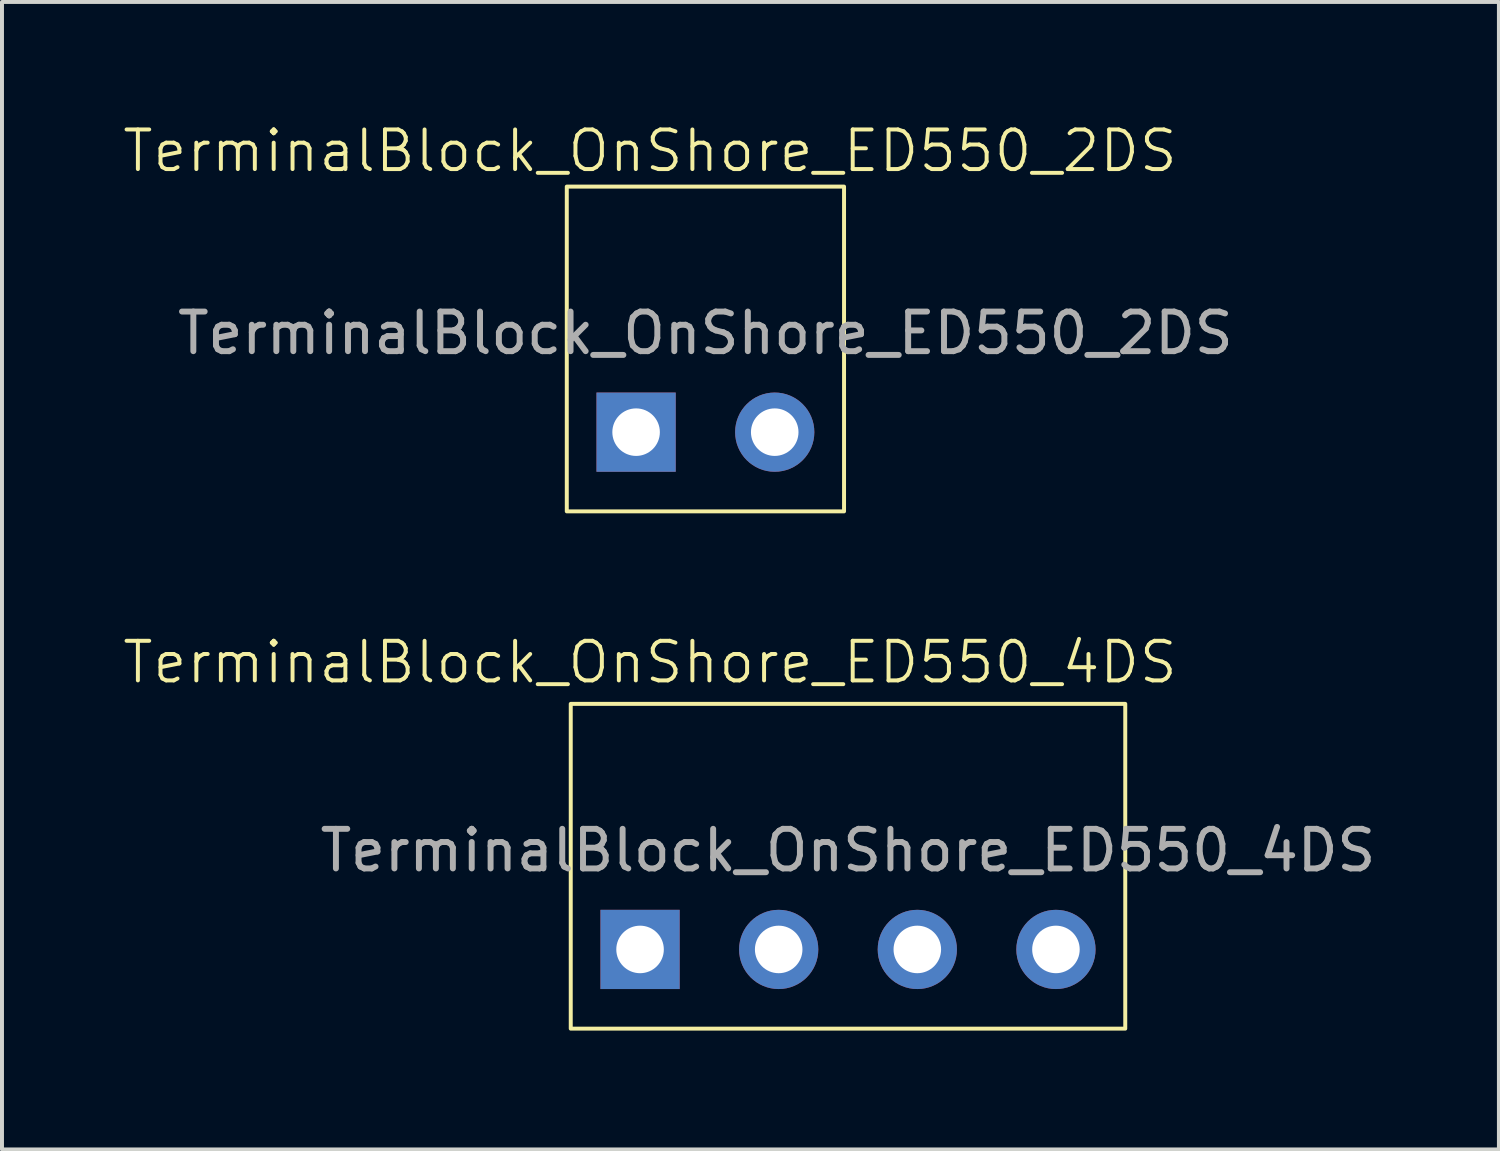
<source format=kicad_pcb>
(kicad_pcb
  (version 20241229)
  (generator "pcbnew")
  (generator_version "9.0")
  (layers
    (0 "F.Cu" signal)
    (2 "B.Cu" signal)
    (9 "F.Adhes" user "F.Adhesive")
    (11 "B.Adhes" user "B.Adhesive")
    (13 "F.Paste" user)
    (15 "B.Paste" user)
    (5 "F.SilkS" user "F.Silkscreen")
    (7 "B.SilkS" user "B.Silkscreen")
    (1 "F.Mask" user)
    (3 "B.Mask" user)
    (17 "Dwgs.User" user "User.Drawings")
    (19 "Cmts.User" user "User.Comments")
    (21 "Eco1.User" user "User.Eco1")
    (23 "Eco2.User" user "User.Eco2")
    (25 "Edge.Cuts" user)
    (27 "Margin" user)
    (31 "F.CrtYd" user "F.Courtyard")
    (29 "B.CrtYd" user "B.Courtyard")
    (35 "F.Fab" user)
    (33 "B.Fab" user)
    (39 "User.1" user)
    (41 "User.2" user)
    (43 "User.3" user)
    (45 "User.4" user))
  (footprint "TerminalBlock_OnShore_ED550_2DS"
    (layer "F.Cu")
    (at 14.76 7.861)
    (property "Reference" "TerminalBlock_OnShore_ED550_2DS" (at -1.4 -7.1 0) (unlocked yes) (layer "F.SilkS") (effects (font (size 1 1) (thickness 0.1))))
    (attr through_hole)
    (fp_rect (start -3.5 -6.2) (end 3.5 2) (stroke (width 0.1) (type default)) (fill no) (layer "F.SilkS"))
    (fp_text user "${REFERENCE}" (at 0 -2.5 0) (unlocked yes) (layer "F.Fab") (effects (font (size 1 1) (thickness 0.15))))
    (pad "1" thru_hole rect (at -1.75 0) (size 2 2) (drill 1.2) (layers "*.Cu" "*.Mask"))
    (pad "2" thru_hole circle (at 1.75 0) (size 2 2) (drill 1.2) (layers "*.Cu" "*.Mask")))
  (footprint "TerminalBlock_OnShore_ED550_4DS"
    (layer "F.Cu")
    (at 18.36 20.921)
    (property "Reference" "TerminalBlock_OnShore_ED550_4DS" (at -5 -7.25 0) (unlocked yes) (layer "F.SilkS") (effects (font (size 1 1) (thickness 0.1))))
    (attr through_hole)
    (fp_rect (start -7 -6.2) (end 7 2) (stroke (width 0.1) (type default)) (fill no) (layer "F.SilkS"))
    (fp_text user "${REFERENCE}" (at 0 -2.5 0) (unlocked yes) (layer "F.Fab") (effects (font (size 1 1) (thickness 0.15))))
    (pad "1" thru_hole rect (at -5.25 0) (size 2 2) (drill 1.2) (layers "*.Cu" "*.Mask"))
    (pad "2" thru_hole circle (at -1.75 0) (size 2 2) (drill 1.2) (layers "*.Cu" "*.Mask"))
    (pad "3" thru_hole circle (at 1.75 0) (size 2 2) (drill 1.2) (layers "*.Cu" "*.Mask"))
    (pad "4" thru_hole circle (at 5.25 0) (size 2 2) (drill 1.2) (layers "*.Cu" "*.Mask")))
  (gr_rect
    (start -3 -3)
    (end 34.794 25.971)
    (stroke (width 0.1) (type default))
    (fill no)
    (layer "Edge.Cuts")))
</source>
